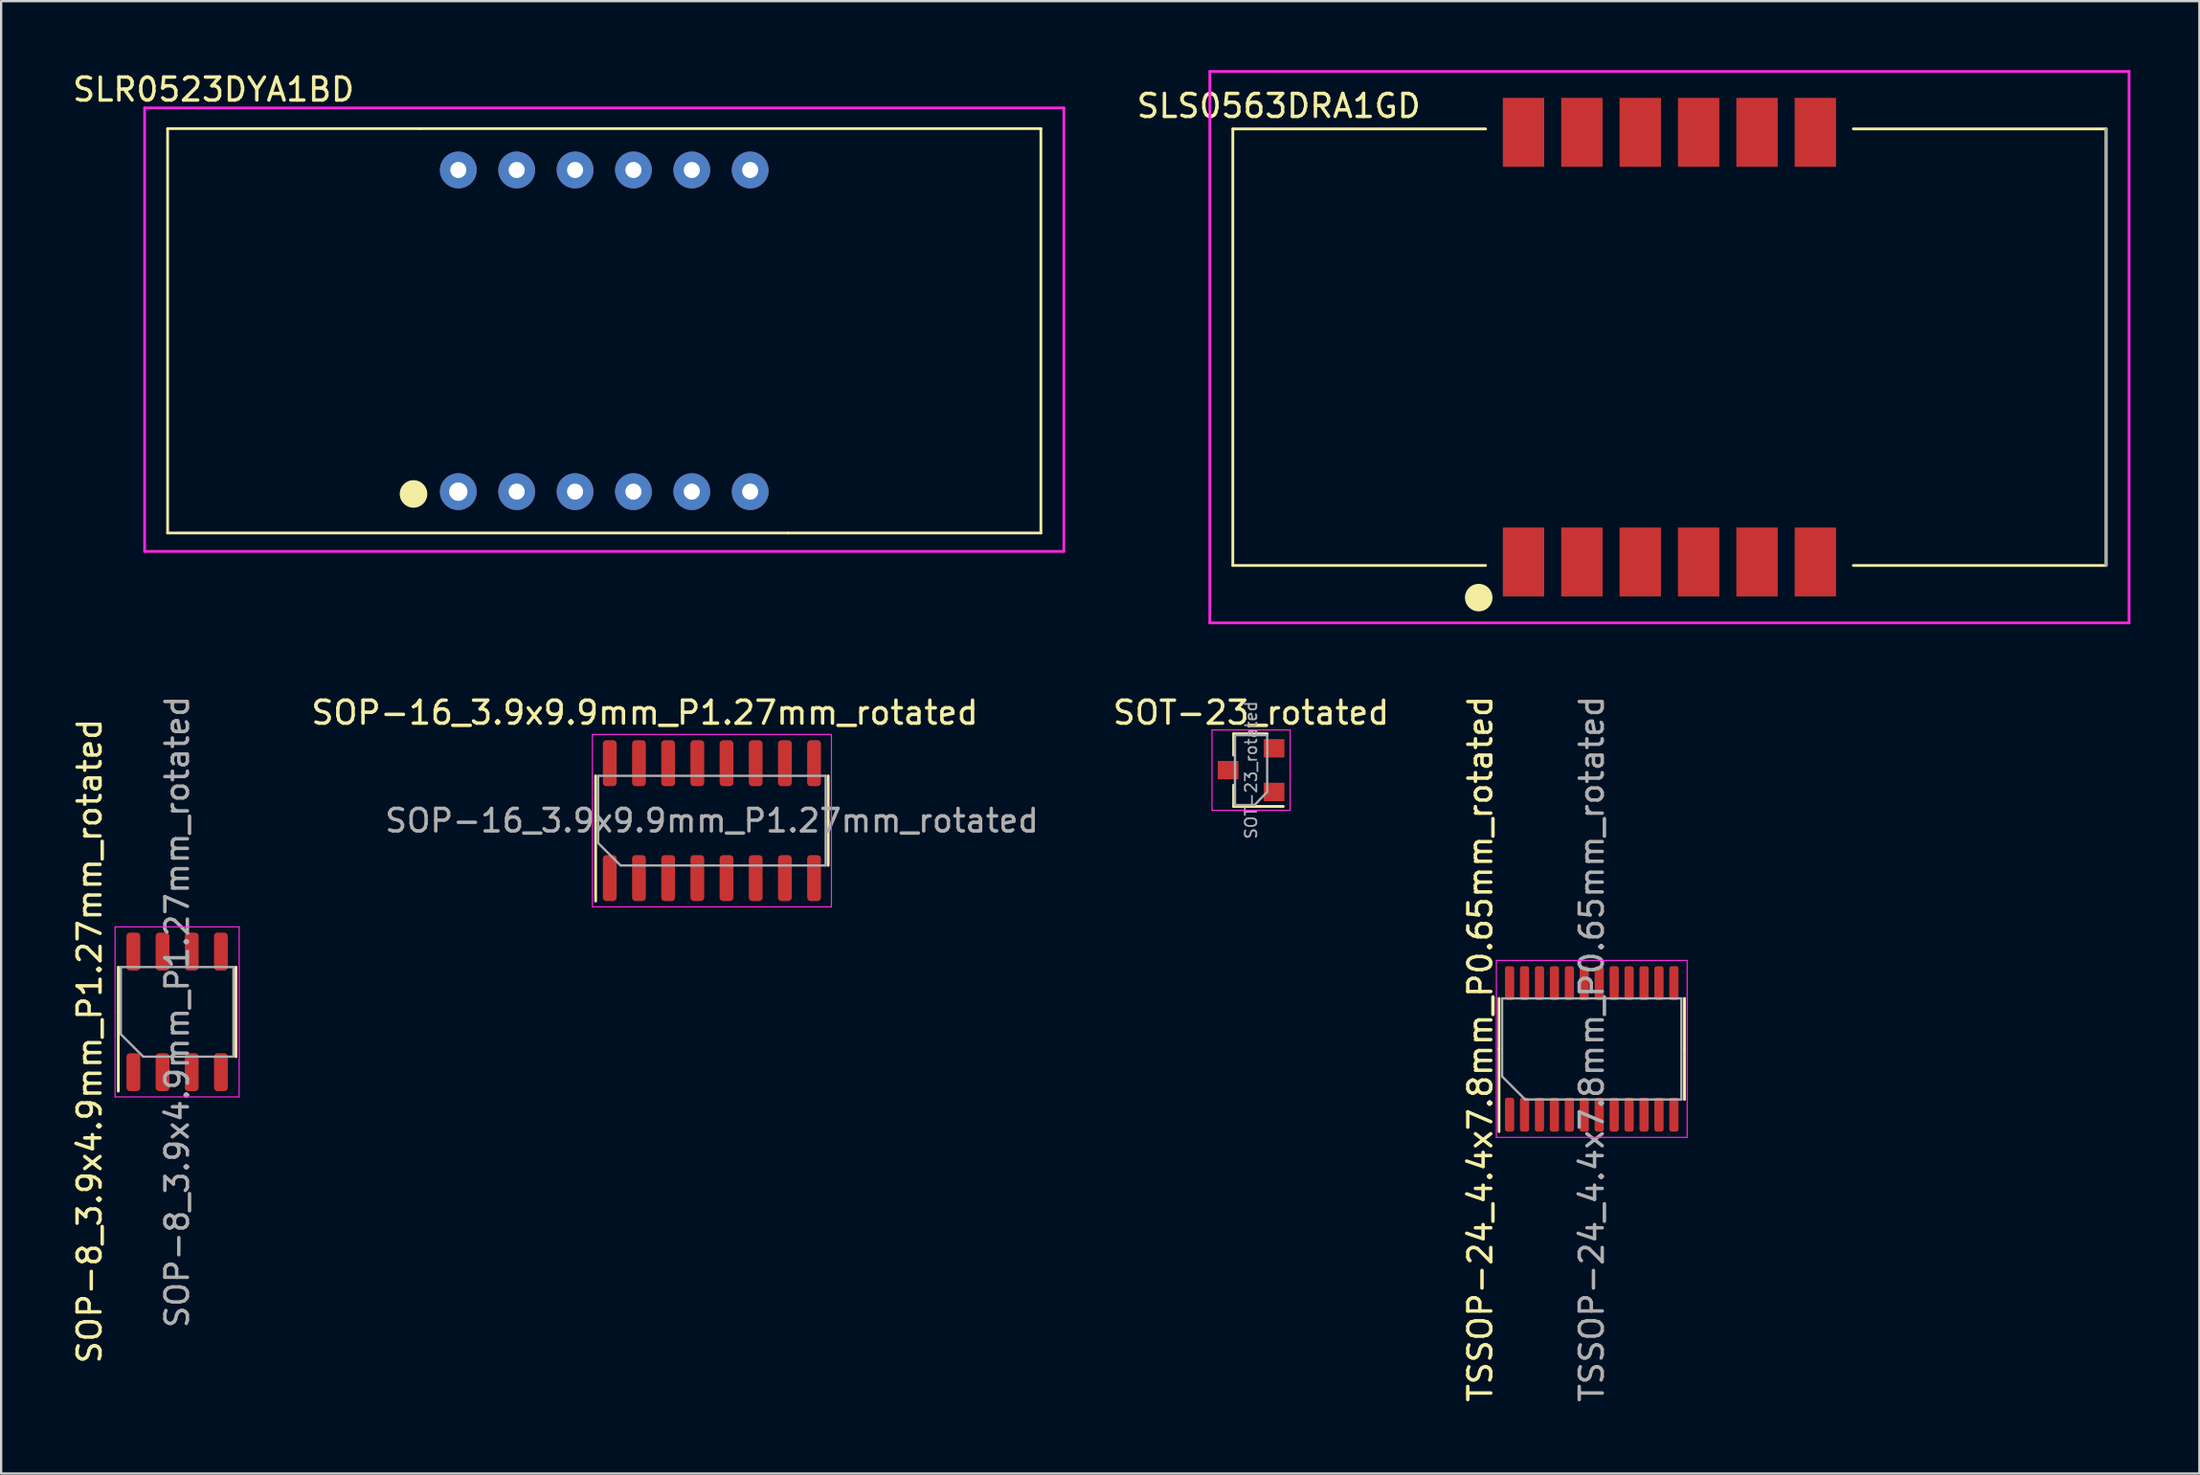
<source format=kicad_pcb>
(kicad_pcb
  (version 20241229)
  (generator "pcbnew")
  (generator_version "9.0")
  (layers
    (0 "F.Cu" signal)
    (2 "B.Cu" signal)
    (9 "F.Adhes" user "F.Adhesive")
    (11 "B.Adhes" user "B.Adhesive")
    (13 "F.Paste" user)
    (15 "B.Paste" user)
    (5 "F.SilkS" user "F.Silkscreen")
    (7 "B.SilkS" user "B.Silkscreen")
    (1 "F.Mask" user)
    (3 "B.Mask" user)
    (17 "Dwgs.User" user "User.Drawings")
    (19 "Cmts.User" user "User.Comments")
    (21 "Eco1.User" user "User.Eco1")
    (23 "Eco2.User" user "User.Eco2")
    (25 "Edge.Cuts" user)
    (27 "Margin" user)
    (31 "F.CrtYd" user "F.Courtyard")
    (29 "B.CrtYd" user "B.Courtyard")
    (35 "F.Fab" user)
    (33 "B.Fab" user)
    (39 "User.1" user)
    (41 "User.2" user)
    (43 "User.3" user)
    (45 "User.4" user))
  (footprint "SOP-8_3.9x4.9mm_P1.27mm_rotated"
    (layer "F.Cu")
    (at 4.658 40.99)
    (property "Reference" "SOP-8_3.9x4.9mm_P1.27mm_rotated" (at -3.81 1.27 270) (layer "F.SilkS") (effects (font (size 1 1) (thickness 0.15))))
    (attr smd)
    (fp_line (start -2.56 0) (end -2.56 -1.95) (stroke (width 0.12) (type solid)) (layer "F.SilkS"))
    (fp_line (start -2.56 0) (end -2.56 3.45) (stroke (width 0.12) (type solid)) (layer "F.SilkS"))
    (fp_line (start 2.56 0) (end 2.56 -1.95) (stroke (width 0.12) (type solid)) (layer "F.SilkS"))
    (fp_line (start 2.56 0) (end 2.56 1.95) (stroke (width 0.12) (type solid)) (layer "F.SilkS"))
    (fp_line (start -2.7 -3.7) (end -2.7 3.7) (stroke (width 0.05) (type solid)) (layer "F.CrtYd"))
    (fp_line (start -2.7 3.7) (end 2.7 3.7) (stroke (width 0.05) (type solid)) (layer "F.CrtYd"))
    (fp_line (start 2.7 -3.7) (end -2.7 -3.7) (stroke (width 0.05) (type solid)) (layer "F.CrtYd"))
    (fp_line (start 2.7 3.7) (end 2.7 -3.7) (stroke (width 0.05) (type solid)) (layer "F.CrtYd"))
    (fp_line (start -2.45 -1.95) (end 2.45 -1.95) (stroke (width 0.1) (type solid)) (layer "F.Fab"))
    (fp_line (start -2.45 0.975) (end -2.45 -1.95) (stroke (width 0.1) (type solid)) (layer "F.Fab"))
    (fp_line (start -1.475 1.95) (end -2.45 0.975) (stroke (width 0.1) (type solid)) (layer "F.Fab"))
    (fp_line (start 2.45 -1.95) (end 2.45 1.95) (stroke (width 0.1) (type solid)) (layer "F.Fab"))
    (fp_line (start 2.45 1.95) (end -1.475 1.95) (stroke (width 0.1) (type solid)) (layer "F.Fab"))
    (fp_text user "${REFERENCE}" (at 0 0 90) (layer "F.Fab") (effects (font (size 0.98 0.98) (thickness 0.15))))
    (pad "1" smd roundrect (at -1.905 2.625 90) (size 1.65 0.6) (layers "F.Cu" "F.Mask" "F.Paste") (roundrect_rratio 0.25))
    (pad "2" smd roundrect (at -0.635 2.625 90) (size 1.65 0.6) (layers "F.Cu" "F.Mask" "F.Paste") (roundrect_rratio 0.25))
    (pad "3" smd roundrect (at 0.635 2.625 90) (size 1.65 0.6) (layers "F.Cu" "F.Mask" "F.Paste") (roundrect_rratio 0.25))
    (pad "4" smd roundrect (at 1.905 2.625 90) (size 1.65 0.6) (layers "F.Cu" "F.Mask" "F.Paste") (roundrect_rratio 0.25))
    (pad "5" smd roundrect (at 1.905 -2.625 90) (size 1.65 0.6) (layers "F.Cu" "F.Mask" "F.Paste") (roundrect_rratio 0.25))
    (pad "6" smd roundrect (at 0.635 -2.625 90) (size 1.65 0.6) (layers "F.Cu" "F.Mask" "F.Paste") (roundrect_rratio 0.25))
    (pad "7" smd roundrect (at -0.635 -2.625 90) (size 1.65 0.6) (layers "F.Cu" "F.Mask" "F.Paste") (roundrect_rratio 0.25))
    (pad "8" smd roundrect (at -1.905 -2.625 90) (size 1.65 0.6) (layers "F.Cu" "F.Mask" "F.Paste") (roundrect_rratio 0.25)))
  (footprint "SOT-23_rotated"
    (layer "F.Cu")
    (at 51.391 30.468)
    (property "Reference" "SOT-23_rotated" (at 0 -2.5 0) (layer "F.SilkS") (effects (font (size 1 1) (thickness 0.15))))
    (attr smd)
    (fp_line (start -0.76 -1.58) (end -0.76 -0.65) (stroke (width 0.12) (type solid)) (layer "F.SilkS"))
    (fp_line (start -0.76 -1.58) (end 0.7 -1.58) (stroke (width 0.12) (type solid)) (layer "F.SilkS"))
    (fp_line (start -0.76 1.58) (end -0.76 0.65) (stroke (width 0.12) (type solid)) (layer "F.SilkS"))
    (fp_line (start -0.76 1.58) (end 1.4 1.58) (stroke (width 0.12) (type solid)) (layer "F.SilkS"))
    (fp_line (start -1.7 -1.75) (end 1.7 -1.75) (stroke (width 0.05) (type solid)) (layer "F.CrtYd"))
    (fp_line (start -1.7 1.75) (end -1.7 -1.75) (stroke (width 0.05) (type solid)) (layer "F.CrtYd"))
    (fp_line (start 1.7 -1.75) (end 1.7 1.75) (stroke (width 0.05) (type solid)) (layer "F.CrtYd"))
    (fp_line (start 1.7 1.75) (end -1.7 1.75) (stroke (width 0.05) (type solid)) (layer "F.CrtYd"))
    (fp_line (start -0.7 1.52) (end -0.7 -1.52) (stroke (width 0.1) (type solid)) (layer "F.Fab"))
    (fp_line (start 0.15 1.52) (end -0.7 1.52) (stroke (width 0.1) (type solid)) (layer "F.Fab"))
    (fp_line (start 0.7 -1.52) (end -0.7 -1.52) (stroke (width 0.1) (type solid)) (layer "F.Fab"))
    (fp_line (start 0.7 0.95) (end 0.15 1.52) (stroke (width 0.1) (type solid)) (layer "F.Fab"))
    (fp_line (start 0.7 0.95) (end 0.7 -1.5) (stroke (width 0.1) (type solid)) (layer "F.Fab"))
    (fp_text user "${REFERENCE}" (at 0 0 270) (layer "F.Fab") (effects (font (size 0.5 0.5) (thickness 0.075))))
    (pad "1" smd rect (at 1 0.95 180) (size 0.9 0.8) (layers "F.Cu" "F.Mask" "F.Paste"))
    (pad "2" smd rect (at 1 -0.95 180) (size 0.9 0.8) (layers "F.Cu" "F.Mask" "F.Paste"))
    (pad "3" smd rect (at -1 0 180) (size 0.9 0.8) (layers "F.Cu" "F.Mask" "F.Paste")))
  (footprint "SLS0563DRA1GD"
    (layer "F.Cu")
    (at 69.596 12.06)
    (property "Reference" "SLS0563DRA1GD" (at -17 -10.5 0) (layer "F.SilkS") (effects (font (size 1 1) (thickness 0.15))))
    (attr through_hole)
    (fp_line (start -19 -9.5) (end -19 9.5) (stroke (width 0.12) (type solid)) (layer "F.SilkS"))
    (fp_line (start -19 9.5) (end -8 9.5) (stroke (width 0.12) (type solid)) (layer "F.SilkS"))
    (fp_line (start -8 -9.5) (end -19 -9.5) (stroke (width 0.12) (type solid)) (layer "F.SilkS"))
    (fp_line (start 8 9.5) (end 19 9.5) (stroke (width 0.12) (type solid)) (layer "F.SilkS"))
    (fp_line (start 19 -9.5) (end 8 -9.5) (stroke (width 0.12) (type solid)) (layer "F.SilkS"))
    (fp_line (start 19 9.5) (end 19 -9.5) (stroke (width 0.12) (type solid)) (layer "F.SilkS"))
    (fp_circle (center -8.3 10.9) (end -8 10.9) (stroke (width 0.6) (type solid)) (fill no) (layer "F.SilkS"))
    (fp_line (start -20 -12) (end 20 -12) (stroke (width 0.12) (type solid)) (layer "F.CrtYd"))
    (fp_line (start -20 12) (end -20 -12) (stroke (width 0.12) (type solid)) (layer "F.CrtYd"))
    (fp_line (start 20 -12) (end 20 12) (stroke (width 0.12) (type solid)) (layer "F.CrtYd"))
    (fp_line (start 20 12) (end -20 12) (stroke (width 0.12) (type solid)) (layer "F.CrtYd"))
    (fp_line (start 19 -9.5) (end 19 9.5) (stroke (width 0.12) (type solid)) (layer "F.Fab"))
    (pad "1" smd rect (at -6.35 9.35) (size 1.8 3) (layers "F.Cu" "F.Mask" "F.Paste"))
    (pad "2" smd rect (at -3.81 9.35) (size 1.8 3) (layers "F.Cu" "F.Mask" "F.Paste"))
    (pad "3" smd rect (at -1.27 9.35) (size 1.8 3) (layers "F.Cu" "F.Mask" "F.Paste"))
    (pad "4" smd rect (at 1.27 9.35) (size 1.8 3) (layers "F.Cu" "F.Mask" "F.Paste"))
    (pad "5" smd rect (at 3.81 9.35) (size 1.8 3) (layers "F.Cu" "F.Mask" "F.Paste"))
    (pad "6" smd rect (at 6.35 9.35) (size 1.8 3) (layers "F.Cu" "F.Mask" "F.Paste"))
    (pad "7" smd rect (at 6.35 -9.35) (size 1.8 3) (layers "F.Cu" "F.Mask" "F.Paste"))
    (pad "8" smd rect (at 3.81 -9.35) (size 1.8 3) (layers "F.Cu" "F.Mask" "F.Paste"))
    (pad "9" smd rect (at 1.27 -9.35) (size 1.8 3) (layers "F.Cu" "F.Mask" "F.Paste"))
    (pad "10" smd rect (at -1.27 -9.35) (size 1.8 3) (layers "F.Cu" "F.Mask" "F.Paste"))
    (pad "11" smd rect (at -3.81 -9.35) (size 1.8 3) (layers "F.Cu" "F.Mask" "F.Paste"))
    (pad "12" smd rect (at -6.35 -9.35) (size 1.8 3) (layers "F.Cu" "F.Mask" "F.Paste")))
  (footprint "SLR0523DYA1BD"
    (layer "F.Cu")
    (at 23.244 11.348)
    (property "Reference" "SLR0523DYA1BD" (at -17 -10.5 0) (layer "F.SilkS") (effects (font (size 1 1) (thickness 0.15))))
    (attr smd)
    (fp_line (start -19 -8.8) (end -19 8.8) (stroke (width 0.12) (type solid)) (layer "F.SilkS"))
    (fp_line (start -19 8.8) (end 8 8.8) (stroke (width 0.12) (type solid)) (layer "F.SilkS"))
    (fp_line (start -8 -8.8) (end -19 -8.8) (stroke (width 0.12) (type solid)) (layer "F.SilkS"))
    (fp_line (start 8 8.8) (end 19 8.8) (stroke (width 0.12) (type solid)) (layer "F.SilkS"))
    (fp_line (start 19 -8.8) (end -8 -8.8) (stroke (width 0.12) (type solid)) (layer "F.SilkS"))
    (fp_line (start 19 8.8) (end 19 -8.8) (stroke (width 0.12) (type solid)) (layer "F.SilkS"))
    (fp_circle (center -8.3 7.1) (end -8 7.1) (stroke (width 0.6) (type solid)) (fill no) (layer "F.SilkS"))
    (fp_line (start -20 -9.7) (end 20 -9.7) (stroke (width 0.12) (type solid)) (layer "F.CrtYd"))
    (fp_line (start -20 9.6) (end -20 -9.7) (stroke (width 0.12) (type solid)) (layer "F.CrtYd"))
    (fp_line (start 20 -9.7) (end 20 9.6) (stroke (width 0.12) (type solid)) (layer "F.CrtYd"))
    (fp_line (start 20 9.6) (end -20 9.6) (stroke (width 0.12) (type solid)) (layer "F.CrtYd"))
    (pad "1" thru_hole circle (at -6.35 7) (size 1.6 1.6) (drill 0.8) (layers "*.Cu" "*.Mask"))
    (pad "2" thru_hole circle (at -3.81 7) (size 1.6 1.6) (drill 0.7) (layers "*.Cu" "*.Mask"))
    (pad "3" thru_hole circle (at -1.27 7) (size 1.6 1.6) (drill 0.7) (layers "*.Cu" "*.Mask"))
    (pad "4" thru_hole circle (at 1.27 7) (size 1.6 1.6) (drill 0.7) (layers "*.Cu" "*.Mask"))
    (pad "5" thru_hole circle (at 3.81 7) (size 1.6 1.6) (drill 0.7) (layers "*.Cu" "*.Mask"))
    (pad "6" thru_hole circle (at 6.35 7) (size 1.6 1.6) (drill 0.7) (layers "*.Cu" "*.Mask"))
    (pad "7" thru_hole circle (at 6.35 -7) (size 1.6 1.6) (drill 0.7) (layers "*.Cu" "*.Mask"))
    (pad "8" thru_hole circle (at 3.81 -7) (size 1.6 1.6) (drill 0.7) (layers "*.Cu" "*.Mask"))
    (pad "9" thru_hole circle (at 1.27 -7) (size 1.6 1.6) (drill 0.7) (layers "*.Cu" "*.Mask"))
    (pad "10" thru_hole circle (at -1.27 -7) (size 1.6 1.6) (drill 0.7) (layers "*.Cu" "*.Mask"))
    (pad "11" thru_hole circle (at -3.81 -7) (size 1.6 1.6) (drill 0.7) (layers "*.Cu" "*.Mask"))
    (pad "12" thru_hole circle (at -6.35 -7) (size 1.6 1.6) (drill 0.7) (layers "*.Cu" "*.Mask")))
  (footprint "SOP-16_3.9x9.9mm_P1.27mm_rotated"
    (layer "F.Cu")
    (at 27.929 32.667)
    (property "Reference" "SOP-16_3.9x9.9mm_P1.27mm_rotated" (at -2.921 -4.699 180) (layer "F.SilkS") (effects (font (size 1 1) (thickness 0.15))))
    (attr smd)
    (fp_line (start -5.06 0) (end -5.06 -1.95) (stroke (width 0.12) (type solid)) (layer "F.SilkS"))
    (fp_line (start -5.06 0) (end -5.06 3.5) (stroke (width 0.12) (type solid)) (layer "F.SilkS"))
    (fp_line (start 5.06 0) (end 5.06 -1.95) (stroke (width 0.12) (type solid)) (layer "F.SilkS"))
    (fp_line (start 5.06 0) (end 5.06 1.95) (stroke (width 0.12) (type solid)) (layer "F.SilkS"))
    (fp_line (start -5.2 -3.75) (end -5.2 3.75) (stroke (width 0.05) (type solid)) (layer "F.CrtYd"))
    (fp_line (start -5.2 3.75) (end 5.2 3.75) (stroke (width 0.05) (type solid)) (layer "F.CrtYd"))
    (fp_line (start 5.2 -3.75) (end -5.2 -3.75) (stroke (width 0.05) (type solid)) (layer "F.CrtYd"))
    (fp_line (start 5.2 3.75) (end 5.2 -3.75) (stroke (width 0.05) (type solid)) (layer "F.CrtYd"))
    (fp_line (start -4.95 -1.95) (end 4.95 -1.95) (stroke (width 0.1) (type solid)) (layer "F.Fab"))
    (fp_line (start -4.95 0.975) (end -4.95 -1.95) (stroke (width 0.1) (type solid)) (layer "F.Fab"))
    (fp_line (start -3.975 1.95) (end -4.95 0.975) (stroke (width 0.1) (type solid)) (layer "F.Fab"))
    (fp_line (start 4.95 -1.95) (end 4.95 1.95) (stroke (width 0.1) (type solid)) (layer "F.Fab"))
    (fp_line (start 4.95 1.95) (end -3.975 1.95) (stroke (width 0.1) (type solid)) (layer "F.Fab"))
    (fp_text user "${REFERENCE}" (at 0 0 180) (layer "F.Fab") (effects (font (size 0.98 0.98) (thickness 0.15))))
    (pad "1" smd roundrect (at -4.445 2.5 90) (size 2 0.6) (layers "F.Cu" "F.Mask" "F.Paste") (roundrect_rratio 0.25))
    (pad "2" smd roundrect (at -3.175 2.5 90) (size 2 0.6) (layers "F.Cu" "F.Mask" "F.Paste") (roundrect_rratio 0.25))
    (pad "3" smd roundrect (at -1.905 2.5 90) (size 2 0.6) (layers "F.Cu" "F.Mask" "F.Paste") (roundrect_rratio 0.25))
    (pad "4" smd roundrect (at -0.635 2.5 90) (size 2 0.6) (layers "F.Cu" "F.Mask" "F.Paste") (roundrect_rratio 0.25))
    (pad "5" smd roundrect (at 0.635 2.5 90) (size 2 0.6) (layers "F.Cu" "F.Mask" "F.Paste") (roundrect_rratio 0.25))
    (pad "6" smd roundrect (at 1.905 2.5 90) (size 2 0.6) (layers "F.Cu" "F.Mask" "F.Paste") (roundrect_rratio 0.25))
    (pad "7" smd roundrect (at 3.175 2.5 90) (size 2 0.6) (layers "F.Cu" "F.Mask" "F.Paste") (roundrect_rratio 0.25))
    (pad "8" smd roundrect (at 4.445 2.5 90) (size 2 0.6) (layers "F.Cu" "F.Mask" "F.Paste") (roundrect_rratio 0.25))
    (pad "9" smd roundrect (at 4.445 -2.5 90) (size 2 0.6) (layers "F.Cu" "F.Mask" "F.Paste") (roundrect_rratio 0.25))
    (pad "10" smd roundrect (at 3.175 -2.5 90) (size 2 0.6) (layers "F.Cu" "F.Mask" "F.Paste") (roundrect_rratio 0.25))
    (pad "11" smd roundrect (at 1.905 -2.5 90) (size 2 0.6) (layers "F.Cu" "F.Mask" "F.Paste") (roundrect_rratio 0.25))
    (pad "12" smd roundrect (at 0.635 -2.5 90) (size 2 0.6) (layers "F.Cu" "F.Mask" "F.Paste") (roundrect_rratio 0.25))
    (pad "13" smd roundrect (at -0.635 -2.5 90) (size 2 0.6) (layers "F.Cu" "F.Mask" "F.Paste") (roundrect_rratio 0.25))
    (pad "14" smd roundrect (at -1.905 -2.5 90) (size 2 0.6) (layers "F.Cu" "F.Mask" "F.Paste") (roundrect_rratio 0.25))
    (pad "15" smd roundrect (at -3.175 -2.5 90) (size 2 0.6) (layers "F.Cu" "F.Mask" "F.Paste") (roundrect_rratio 0.25))
    (pad "16" smd roundrect (at -4.445 -2.5 90) (size 2 0.6) (layers "F.Cu" "F.Mask" "F.Paste") (roundrect_rratio 0.25)))
  (footprint "TSSOP-24_4.4x7.8mm_P0.65mm_rotated"
    (layer "F.Cu")
    (at 66.215 42.602)
    (property "Reference" "TSSOP-24_4.4x7.8mm_P0.65mm_rotated" (at -4.85 0 90) (layer "F.SilkS") (effects (font (size 1 1) (thickness 0.15))))
    (attr smd)
    (fp_line (start -4.035 0) (end -4.035 -2.2) (stroke (width 0.12) (type solid)) (layer "F.SilkS"))
    (fp_line (start -4.035 0) (end -4.035 3.6) (stroke (width 0.12) (type solid)) (layer "F.SilkS"))
    (fp_line (start 4.035 0) (end 4.035 -2.2) (stroke (width 0.12) (type solid)) (layer "F.SilkS"))
    (fp_line (start 4.035 0) (end 4.035 2.2) (stroke (width 0.12) (type solid)) (layer "F.SilkS"))
    (fp_line (start -4.15 -3.85) (end -4.15 3.85) (stroke (width 0.05) (type solid)) (layer "F.CrtYd"))
    (fp_line (start -4.15 3.85) (end 4.15 3.85) (stroke (width 0.05) (type solid)) (layer "F.CrtYd"))
    (fp_line (start 4.15 -3.85) (end -4.15 -3.85) (stroke (width 0.05) (type solid)) (layer "F.CrtYd"))
    (fp_line (start 4.15 3.85) (end 4.15 -3.85) (stroke (width 0.05) (type solid)) (layer "F.CrtYd"))
    (fp_line (start -3.9 -2.2) (end 3.9 -2.2) (stroke (width 0.1) (type solid)) (layer "F.Fab"))
    (fp_line (start -3.9 1.2) (end -3.9 -2.2) (stroke (width 0.1) (type solid)) (layer "F.Fab"))
    (fp_line (start -2.9 2.2) (end -3.9 1.2) (stroke (width 0.1) (type solid)) (layer "F.Fab"))
    (fp_line (start 3.9 -2.2) (end 3.9 2.2) (stroke (width 0.1) (type solid)) (layer "F.Fab"))
    (fp_line (start 3.9 2.2) (end -2.9 2.2) (stroke (width 0.1) (type solid)) (layer "F.Fab"))
    (fp_text user "${REFERENCE}" (at 0 0 90) (layer "F.Fab") (effects (font (size 1 1) (thickness 0.15))))
    (pad "1" smd roundrect (at -3.575 2.862 90) (size 1.475 0.4) (layers "F.Cu" "F.Mask" "F.Paste") (roundrect_rratio 0.25))
    (pad "2" smd roundrect (at -2.925 2.862 90) (size 1.475 0.4) (layers "F.Cu" "F.Mask" "F.Paste") (roundrect_rratio 0.25))
    (pad "3" smd roundrect (at -2.275 2.862 90) (size 1.475 0.4) (layers "F.Cu" "F.Mask" "F.Paste") (roundrect_rratio 0.25))
    (pad "4" smd roundrect (at -1.625 2.862 90) (size 1.475 0.4) (layers "F.Cu" "F.Mask" "F.Paste") (roundrect_rratio 0.25))
    (pad "5" smd roundrect (at -0.975 2.862 90) (size 1.475 0.4) (layers "F.Cu" "F.Mask" "F.Paste") (roundrect_rratio 0.25))
    (pad "6" smd roundrect (at -0.325 2.862 90) (size 1.475 0.4) (layers "F.Cu" "F.Mask" "F.Paste") (roundrect_rratio 0.25))
    (pad "7" smd roundrect (at 0.325 2.862 90) (size 1.475 0.4) (layers "F.Cu" "F.Mask" "F.Paste") (roundrect_rratio 0.25))
    (pad "8" smd roundrect (at 0.975 2.862 90) (size 1.475 0.4) (layers "F.Cu" "F.Mask" "F.Paste") (roundrect_rratio 0.25))
    (pad "9" smd roundrect (at 1.625 2.862 90) (size 1.475 0.4) (layers "F.Cu" "F.Mask" "F.Paste") (roundrect_rratio 0.25))
    (pad "10" smd roundrect (at 2.275 2.862 90) (size 1.475 0.4) (layers "F.Cu" "F.Mask" "F.Paste") (roundrect_rratio 0.25))
    (pad "11" smd roundrect (at 2.925 2.862 90) (size 1.475 0.4) (layers "F.Cu" "F.Mask" "F.Paste") (roundrect_rratio 0.25))
    (pad "12" smd roundrect (at 3.575 2.862 90) (size 1.475 0.4) (layers "F.Cu" "F.Mask" "F.Paste") (roundrect_rratio 0.25))
    (pad "13" smd roundrect (at 3.575 -2.862 90) (size 1.475 0.4) (layers "F.Cu" "F.Mask" "F.Paste") (roundrect_rratio 0.25))
    (pad "14" smd roundrect (at 2.925 -2.862 90) (size 1.475 0.4) (layers "F.Cu" "F.Mask" "F.Paste") (roundrect_rratio 0.25))
    (pad "15" smd roundrect (at 2.275 -2.862 90) (size 1.475 0.4) (layers "F.Cu" "F.Mask" "F.Paste") (roundrect_rratio 0.25))
    (pad "16" smd roundrect (at 1.625 -2.862 90) (size 1.475 0.4) (layers "F.Cu" "F.Mask" "F.Paste") (roundrect_rratio 0.25))
    (pad "17" smd roundrect (at 0.975 -2.862 90) (size 1.475 0.4) (layers "F.Cu" "F.Mask" "F.Paste") (roundrect_rratio 0.25))
    (pad "18" smd roundrect (at 0.325 -2.862 90) (size 1.475 0.4) (layers "F.Cu" "F.Mask" "F.Paste") (roundrect_rratio 0.25))
    (pad "19" smd roundrect (at -0.325 -2.862 90) (size 1.475 0.4) (layers "F.Cu" "F.Mask" "F.Paste") (roundrect_rratio 0.25))
    (pad "20" smd roundrect (at -0.975 -2.862 90) (size 1.475 0.4) (layers "F.Cu" "F.Mask" "F.Paste") (roundrect_rratio 0.25))
    (pad "21" smd roundrect (at -1.625 -2.862 90) (size 1.475 0.4) (layers "F.Cu" "F.Mask" "F.Paste") (roundrect_rratio 0.25))
    (pad "22" smd roundrect (at -2.275 -2.862 90) (size 1.475 0.4) (layers "F.Cu" "F.Mask" "F.Paste") (roundrect_rratio 0.25))
    (pad "23" smd roundrect (at -2.925 -2.862 90) (size 1.475 0.4) (layers "F.Cu" "F.Mask" "F.Paste") (roundrect_rratio 0.25))
    (pad "24" smd roundrect (at -3.575 -2.862 90) (size 1.475 0.4) (layers "F.Cu" "F.Mask" "F.Paste") (roundrect_rratio 0.25)))
  (gr_rect
    (start -3 -3)
    (end 92.656 61.084)
    (stroke (width 0.1) (type default))
    (fill no)
    (layer "Edge.Cuts")))
</source>
